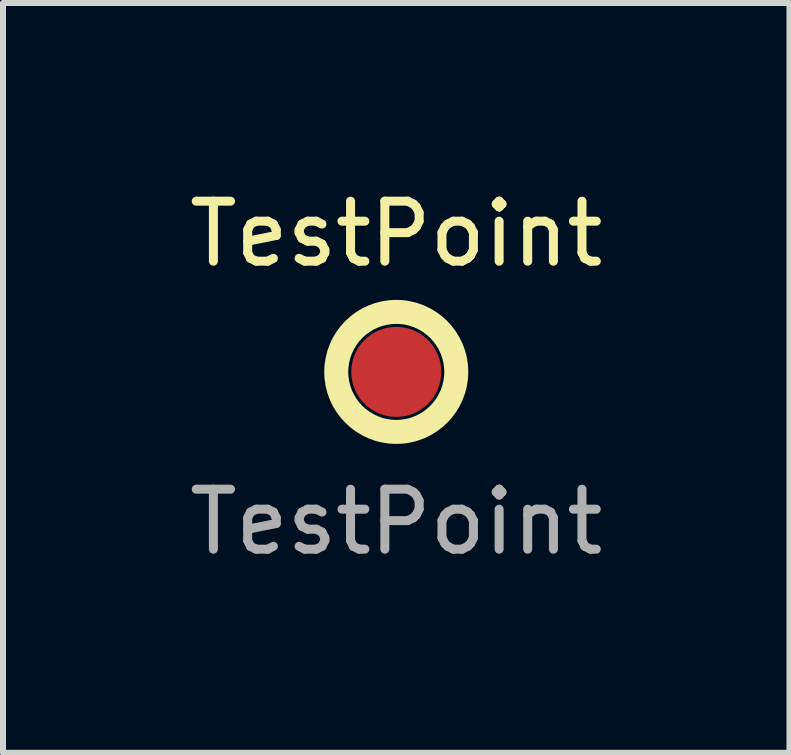
<source format=kicad_pcb>
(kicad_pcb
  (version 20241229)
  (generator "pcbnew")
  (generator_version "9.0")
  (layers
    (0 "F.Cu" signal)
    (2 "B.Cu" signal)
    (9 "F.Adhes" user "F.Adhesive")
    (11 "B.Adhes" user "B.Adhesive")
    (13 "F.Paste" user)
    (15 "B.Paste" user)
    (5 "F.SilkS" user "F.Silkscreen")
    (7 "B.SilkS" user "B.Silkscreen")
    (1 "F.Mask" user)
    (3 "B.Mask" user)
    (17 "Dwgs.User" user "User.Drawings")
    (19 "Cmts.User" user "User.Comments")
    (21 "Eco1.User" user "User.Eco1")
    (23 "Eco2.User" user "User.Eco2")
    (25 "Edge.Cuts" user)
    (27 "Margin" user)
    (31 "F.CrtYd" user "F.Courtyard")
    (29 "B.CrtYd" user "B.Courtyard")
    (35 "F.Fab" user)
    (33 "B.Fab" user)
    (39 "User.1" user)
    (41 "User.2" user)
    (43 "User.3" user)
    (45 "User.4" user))
  (footprint "TestPoint"
    (layer "F.Cu")
    (at 3.554 3.148)
    (property "Reference" "TestPoint" (at 0 -2.3 0) (unlocked yes) (layer "F.SilkS") (effects (font (size 1 1) (thickness 0.15))))
    (attr smd)
    (fp_circle (center 0 0) (end 1 0) (stroke (width 0.4) (type default)) (fill no) (layer "F.SilkS"))
    (fp_text user "${REFERENCE}" (at 0 2.5 0) (unlocked yes) (layer "F.Fab") (effects (font (size 1 1) (thickness 0.15))))
    (pad "1" smd circle (at 0 0) (size 1.5 1.5) (layers "F.Cu" "F.Mask" "F.Paste")))
  (gr_rect
    (start -3 -3)
    (end 10.107 9.496)
    (stroke (width 0.1) (type default))
    (fill no)
    (layer "Edge.Cuts")))
</source>
